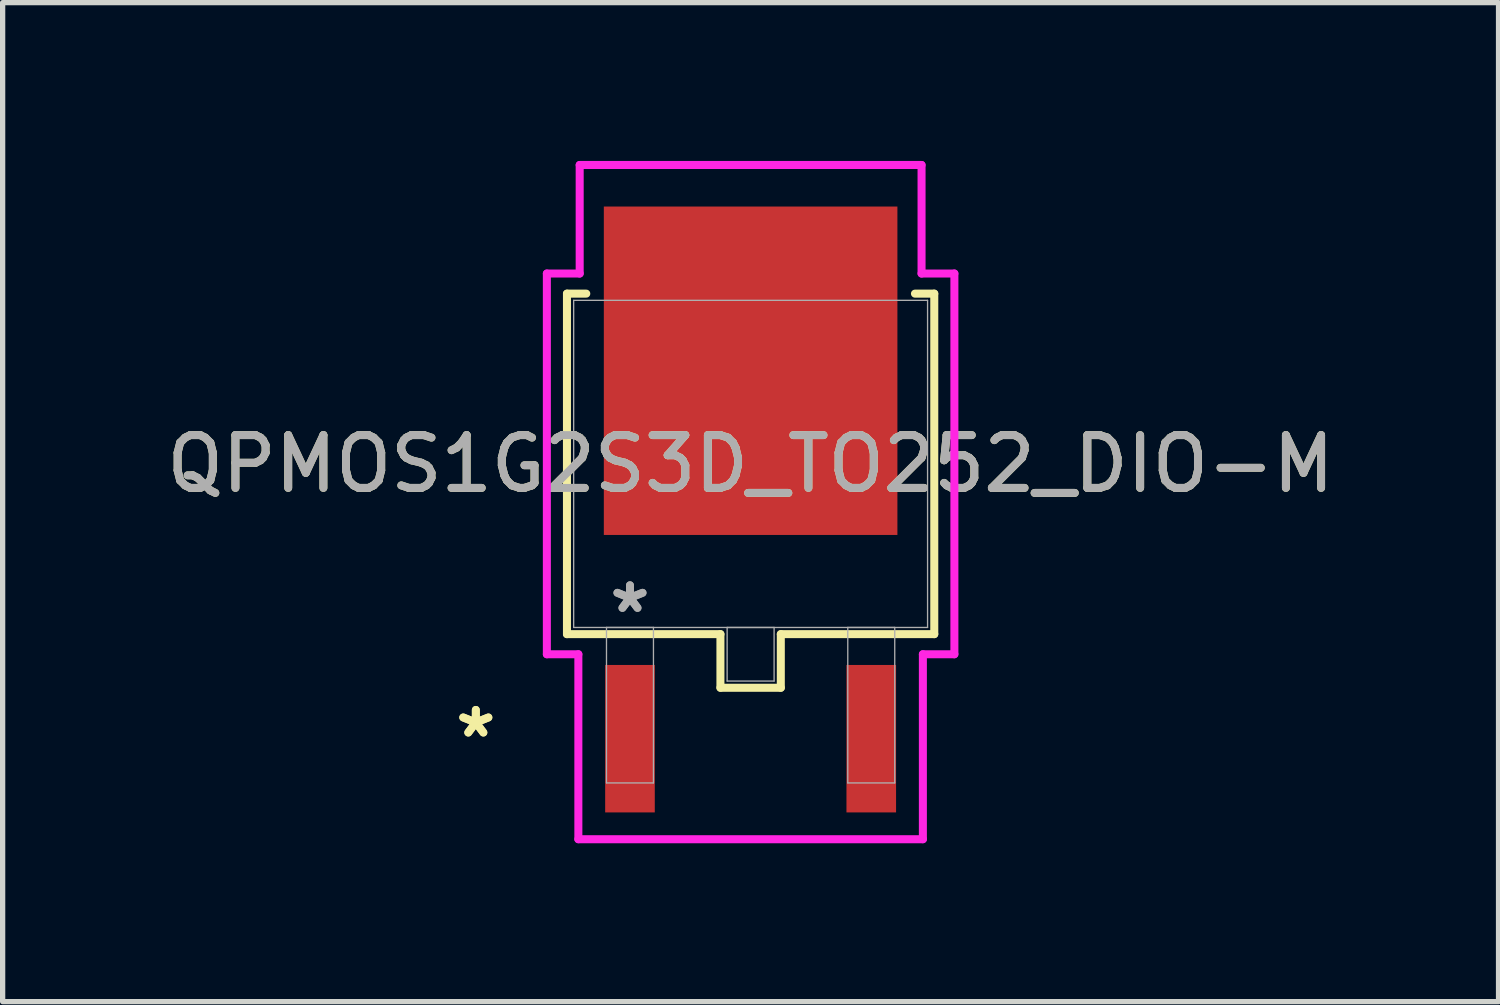
<source format=kicad_pcb>
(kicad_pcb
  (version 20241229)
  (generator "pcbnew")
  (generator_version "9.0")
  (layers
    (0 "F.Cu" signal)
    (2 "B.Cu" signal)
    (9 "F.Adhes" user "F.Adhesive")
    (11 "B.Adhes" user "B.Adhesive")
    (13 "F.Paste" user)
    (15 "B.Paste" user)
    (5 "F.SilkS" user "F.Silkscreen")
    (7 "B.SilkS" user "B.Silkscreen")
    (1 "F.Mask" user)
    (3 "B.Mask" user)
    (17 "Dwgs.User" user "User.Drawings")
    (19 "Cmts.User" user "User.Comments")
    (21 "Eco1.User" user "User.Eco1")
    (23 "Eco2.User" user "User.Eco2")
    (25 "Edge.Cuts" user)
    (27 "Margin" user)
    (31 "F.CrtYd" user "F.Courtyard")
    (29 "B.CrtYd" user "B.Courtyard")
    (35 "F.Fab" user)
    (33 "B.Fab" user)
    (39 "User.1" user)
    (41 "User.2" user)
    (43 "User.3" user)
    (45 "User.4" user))
  (footprint "QPMOS1G2S3D_TO252_DIO-M"
    (layer "F.Cu")
    (at 11.173 5.74)
    (property "Reference" "QPMOS1G2S3D_TO252_DIO-M" (at 0 0 0) (unlocked yes) (layer "F.SilkS") (effects (font (size 1 1) (thickness 0.15))))
    (attr smd)
    (fp_line (start -3.48 -3.226) (end -3.48 3.226) (stroke (width 0.152) (type solid)) (layer "F.SilkS"))
    (fp_line (start -3.48 3.226) (end -0.572 3.226) (stroke (width 0.152) (type solid)) (layer "F.SilkS"))
    (fp_line (start -3.114 -3.226) (end -3.48 -3.226) (stroke (width 0.152) (type solid)) (layer "F.SilkS"))
    (fp_line (start -0.572 3.226) (end -0.572 4.242) (stroke (width 0.152) (type solid)) (layer "F.SilkS"))
    (fp_line (start -0.572 4.242) (end 0.572 4.242) (stroke (width 0.152) (type solid)) (layer "F.SilkS"))
    (fp_line (start 0.572 3.226) (end 3.48 3.226) (stroke (width 0.152) (type solid)) (layer "F.SilkS"))
    (fp_line (start 0.572 4.242) (end 0.572 3.226) (stroke (width 0.152) (type solid)) (layer "F.SilkS"))
    (fp_line (start 3.48 -3.226) (end 3.114 -3.226) (stroke (width 0.152) (type solid)) (layer "F.SilkS"))
    (fp_line (start 3.48 3.226) (end 3.48 -3.226) (stroke (width 0.152) (type solid)) (layer "F.SilkS"))
    (fp_line (start -3.861 -3.607) (end -3.239 -3.607) (stroke (width 0.152) (type solid)) (layer "F.CrtYd"))
    (fp_line (start -3.861 3.607) (end -3.861 -3.607) (stroke (width 0.152) (type solid)) (layer "F.CrtYd"))
    (fp_line (start -3.264 3.607) (end -3.861 3.607) (stroke (width 0.152) (type solid)) (layer "F.CrtYd"))
    (fp_line (start -3.264 7.112) (end -3.264 3.607) (stroke (width 0.152) (type solid)) (layer "F.CrtYd"))
    (fp_line (start -3.239 -5.664) (end 3.239 -5.664) (stroke (width 0.152) (type solid)) (layer "F.CrtYd"))
    (fp_line (start -3.239 -3.607) (end -3.239 -5.664) (stroke (width 0.152) (type solid)) (layer "F.CrtYd"))
    (fp_line (start 3.239 -5.664) (end 3.239 -3.607) (stroke (width 0.152) (type solid)) (layer "F.CrtYd"))
    (fp_line (start 3.239 -3.607) (end 3.861 -3.607) (stroke (width 0.152) (type solid)) (layer "F.CrtYd"))
    (fp_line (start 3.264 3.607) (end 3.264 7.112) (stroke (width 0.152) (type solid)) (layer "F.CrtYd"))
    (fp_line (start 3.264 7.112) (end -3.264 7.112) (stroke (width 0.152) (type solid)) (layer "F.CrtYd"))
    (fp_line (start 3.861 -3.607) (end 3.861 3.607) (stroke (width 0.152) (type solid)) (layer "F.CrtYd"))
    (fp_line (start 3.861 3.607) (end 3.264 3.607) (stroke (width 0.152) (type solid)) (layer "F.CrtYd"))
    (fp_line (start -3.353 -3.099) (end -3.353 3.099) (stroke (width 0.025) (type solid)) (layer "F.Fab"))
    (fp_line (start -3.353 3.099) (end 3.353 3.099) (stroke (width 0.025) (type solid)) (layer "F.Fab"))
    (fp_line (start -2.731 3.099) (end -2.731 6.045) (stroke (width 0.025) (type solid)) (layer "F.Fab"))
    (fp_line (start -2.731 6.045) (end -1.841 6.045) (stroke (width 0.025) (type solid)) (layer "F.Fab"))
    (fp_line (start -1.841 3.099) (end -2.731 3.099) (stroke (width 0.025) (type solid)) (layer "F.Fab"))
    (fp_line (start -1.841 6.045) (end -1.841 3.099) (stroke (width 0.025) (type solid)) (layer "F.Fab"))
    (fp_line (start -0.445 3.099) (end -0.445 4.115) (stroke (width 0.025) (type solid)) (layer "F.Fab"))
    (fp_line (start -0.445 4.115) (end 0.445 4.115) (stroke (width 0.025) (type solid)) (layer "F.Fab"))
    (fp_line (start 0.445 3.099) (end -0.445 3.099) (stroke (width 0.025) (type solid)) (layer "F.Fab"))
    (fp_line (start 0.445 4.115) (end 0.445 3.099) (stroke (width 0.025) (type solid)) (layer "F.Fab"))
    (fp_line (start 1.841 3.099) (end 1.841 6.045) (stroke (width 0.025) (type solid)) (layer "F.Fab"))
    (fp_line (start 1.841 6.045) (end 2.731 6.045) (stroke (width 0.025) (type solid)) (layer "F.Fab"))
    (fp_line (start 2.731 3.099) (end 1.841 3.099) (stroke (width 0.025) (type solid)) (layer "F.Fab"))
    (fp_line (start 2.731 6.045) (end 2.731 3.099) (stroke (width 0.025) (type solid)) (layer "F.Fab"))
    (fp_line (start 3.353 -3.099) (end -3.353 -3.099) (stroke (width 0.025) (type solid)) (layer "F.Fab"))
    (fp_line (start 3.353 3.099) (end 3.353 -3.099) (stroke (width 0.025) (type solid)) (layer "F.Fab"))
    (fp_text user "*" (at -5.207 5.207 0) (unlocked yes) (layer "F.SilkS") (effects (font (size 1 1) (thickness 0.15))))
    (fp_text user "*" (at -5.207 5.207 0) (layer "F.SilkS") (effects (font (size 1 1) (thickness 0.15))))
    (fp_text user "*" (at -2.286 2.845 0) (layer "F.Fab") (effects (font (size 1 1) (thickness 0.15))))
    (fp_text user "${REFERENCE}" (at 0 0 0) (unlocked yes) (layer "F.Fab") (effects (font (size 1 1) (thickness 0.15))))
    (fp_text user "*" (at -2.286 2.845 0) (unlocked yes) (layer "F.Fab") (effects (font (size 1 1) (thickness 0.15))))
    (pad "1" smd rect (at -2.286 5.207) (size 0.94 2.794) (layers "F.Cu" "F.Mask" "F.Paste"))
    (pad "2" smd rect (at 2.286 5.207) (size 0.94 2.794) (layers "F.Cu" "F.Mask" "F.Paste"))
    (pad "3" smd rect (at 0 -1.765) (size 5.563 6.223) (layers "F.Cu" "F.Mask" "F.Paste")))
  (gr_rect
    (start -3 -3)
    (end 25.345 15.929)
    (stroke (width 0.1) (type default))
    (fill no)
    (layer "Edge.Cuts")))
</source>
